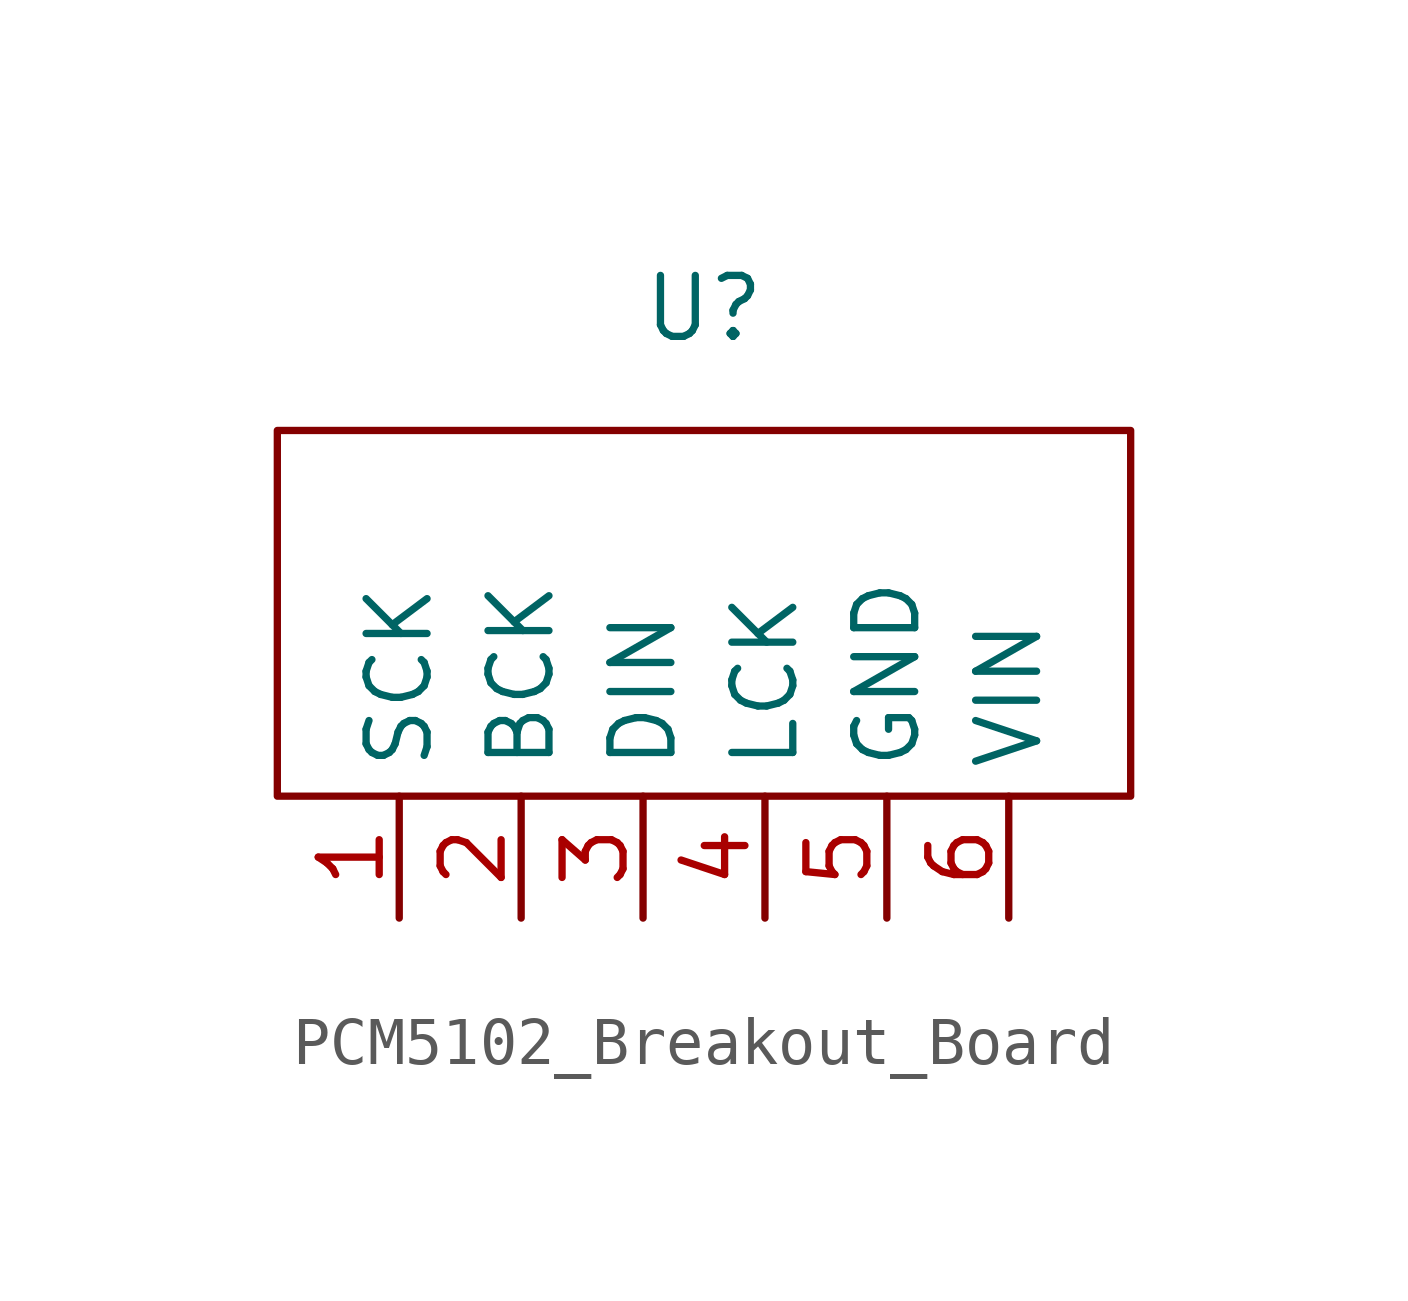
<source format=kicad_sym>
(kicad_symbol_lib
  (version 20220914)
  (generator kicad_symbol_editor)
  (symbol "PCM5102_Breakout_Board"
    (property "Reference" "U"
      (at 0 6.35 0)
      (effects (font (size 1.27 1.27))))
    (property "Value" ""
      (at 0 2.54 0)
      (effects (font (size 1.27 1.27))))
    (symbol "PCM5102_Breakout_Board_0_1"
      (rectangle (start -8.89 3.81) (end 8.89 -3.81) (stroke (width 0) (type default)) (fill (type none))))
    (symbol "PCM5102_Breakout_Board_1_1"
      (pin input line (at -6.35 -6.35 90) (length 2.54) (name "SCK" (effects (font (size 1.27 1.27)))) (number "1" (effects (font (size 1.27 1.27)))))
      (pin input line (at -3.81 -6.35 90) (length 2.54) (name "BCK" (effects (font (size 1.27 1.27)))) (number "2" (effects (font (size 1.27 1.27)))))
      (pin input line (at -1.27 -6.35 90) (length 2.54) (name "DIN" (effects (font (size 1.27 1.27)))) (number "3" (effects (font (size 1.27 1.27)))))
      (pin input line (at 1.27 -6.35 90) (length 2.54) (name "LCK" (effects (font (size 1.27 1.27)))) (number "4" (effects (font (size 1.27 1.27)))))
      (pin input line (at 3.81 -6.35 90) (length 2.54) (name "GND" (effects (font (size 1.27 1.27)))) (number "5" (effects (font (size 1.27 1.27)))))
      (pin input line (at 6.35 -6.35 90) (length 2.54) (name "VIN" (effects (font (size 1.27 1.27)))) (number "6" (effects (font (size 1.27 1.27))))))))
</source>
